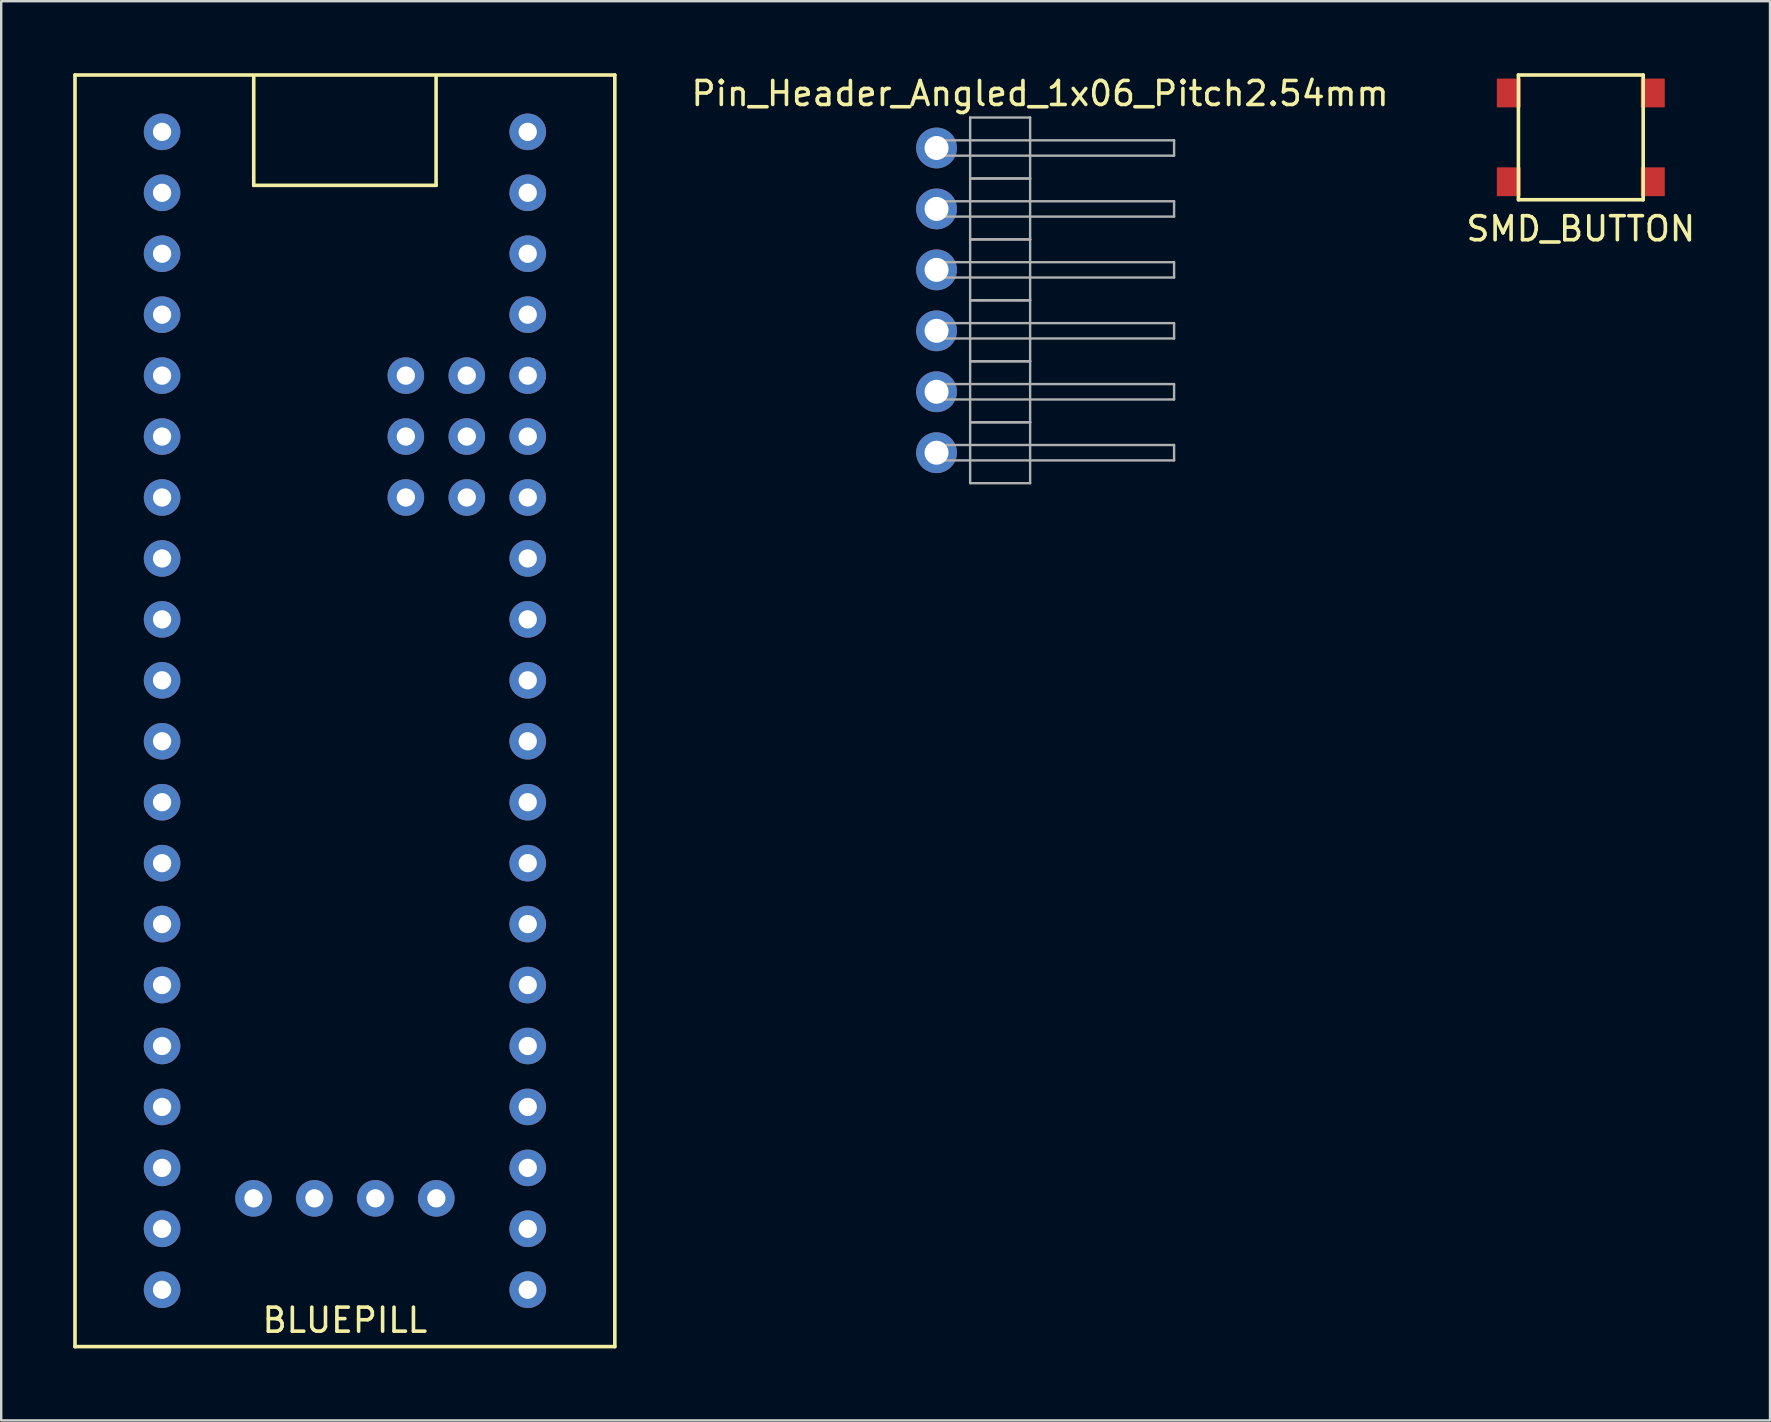
<source format=kicad_pcb>
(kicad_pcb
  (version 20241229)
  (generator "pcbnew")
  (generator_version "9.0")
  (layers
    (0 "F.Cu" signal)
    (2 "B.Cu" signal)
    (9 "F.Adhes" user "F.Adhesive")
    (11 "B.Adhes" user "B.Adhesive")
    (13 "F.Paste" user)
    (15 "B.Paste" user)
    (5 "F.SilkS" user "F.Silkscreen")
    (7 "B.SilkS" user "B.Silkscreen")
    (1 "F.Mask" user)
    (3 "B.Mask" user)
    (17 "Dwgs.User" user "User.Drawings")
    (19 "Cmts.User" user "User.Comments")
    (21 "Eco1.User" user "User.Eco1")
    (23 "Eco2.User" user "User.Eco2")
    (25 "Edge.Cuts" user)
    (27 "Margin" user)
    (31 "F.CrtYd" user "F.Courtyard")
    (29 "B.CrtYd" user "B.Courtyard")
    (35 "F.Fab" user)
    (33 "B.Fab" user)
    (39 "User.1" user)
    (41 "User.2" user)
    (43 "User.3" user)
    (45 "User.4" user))
  (footprint "SMD_BUTTON"
    (layer "F.Cu")
    (at 62.835 2.675)
    (property "Reference" "SMD_BUTTON" (at 0 3.81 0) (layer "F.SilkS") (effects (font (size 1 1) (thickness 0.15))))
    (attr through_hole)
    (fp_line (start -2.6 -2.6) (end -2.6 2.6) (stroke (width 0.15) (type solid)) (layer "F.SilkS"))
    (fp_line (start -2.6 2.6) (end 2.6 2.6) (stroke (width 0.15) (type solid)) (layer "F.SilkS"))
    (fp_line (start 2.6 -2.6) (end -2.6 -2.6) (stroke (width 0.15) (type solid)) (layer "F.SilkS"))
    (fp_line (start 2.6 2.6) (end 2.6 -2.6) (stroke (width 0.15) (type solid)) (layer "F.SilkS"))
    (pad "1" smd rect (at -3 -1.85) (size 1 1.2) (layers "F.Cu" "F.Mask" "F.Paste"))
    (pad "1" smd rect (at 3 -1.85) (size 1 1.2) (layers "F.Cu" "F.Mask" "F.Paste"))
    (pad "2" smd rect (at -3 1.85) (size 1 1.2) (layers "F.Cu" "F.Mask" "F.Paste"))
    (pad "2" smd rect (at 3 1.85) (size 1 1.2) (layers "F.Cu" "F.Mask" "F.Paste")))
  (footprint "BLUEPILL"
    (layer "F.Cu")
    (at 11.325 26.575)
    (property "Reference" "BLUEPILL" (at 0 25.4 0) (layer "F.SilkS") (effects (font (size 1 1) (thickness 0.15))))
    (attr through_hole)
    (fp_line (start -11.25 -26.5) (end 11.25 -26.5) (stroke (width 0.15) (type solid)) (layer "F.SilkS"))
    (fp_line (start -11.25 26.5) (end -11.25 -26.5) (stroke (width 0.15) (type solid)) (layer "F.SilkS"))
    (fp_line (start -3.8 -26.4) (end -3.8 -21.9) (stroke (width 0.15) (type solid)) (layer "F.SilkS"))
    (fp_line (start -3.8 -21.9) (end 3.8 -21.9) (stroke (width 0.15) (type solid)) (layer "F.SilkS"))
    (fp_line (start 3.8 -21.9) (end 3.8 -26.4) (stroke (width 0.15) (type solid)) (layer "F.SilkS"))
    (fp_line (start 11.25 -26.5) (end 11.25 26.5) (stroke (width 0.15) (type solid)) (layer "F.SilkS"))
    (fp_line (start 11.25 26.5) (end -11.25 26.5) (stroke (width 0.15) (type solid)) (layer "F.SilkS"))
    (pad "3V3" thru_hole circle (at -7.62 24.13) (size 1.524 1.524) (drill 0.762) (layers "*.Cu" "*.Mask"))
    (pad "3V3" thru_hole circle (at -3.81 20.32) (size 1.524 1.524) (drill 0.762) (layers "*.Cu" "*.Mask"))
    (pad "3V3" thru_hole circle (at 2.54 -8.89) (size 1.524 1.524) (drill 0.762) (layers "*.Cu" "*.Mask"))
    (pad "3V3" thru_hole circle (at 5.08 -8.89) (size 1.524 1.524) (drill 0.762) (layers "*.Cu" "*.Mask"))
    (pad "3V3" thru_hole circle (at 7.62 -19.05) (size 1.524 1.524) (drill 0.762) (layers "*.Cu" "*.Mask"))
    (pad "5V" thru_hole circle (at -7.62 19.05) (size 1.524 1.524) (drill 0.762) (layers "*.Cu" "*.Mask"))
    (pad "BOOT" thru_hole circle (at 5.08 -11.43) (size 1.524 1.524) (drill 0.762) (layers "*.Cu" "*.Mask"))
    (pad "G" thru_hole circle (at -7.62 21.59) (size 1.524 1.524) (drill 0.762) (layers "*.Cu" "*.Mask"))
    (pad "G" thru_hole circle (at 2.54 -13.97) (size 1.524 1.524) (drill 0.762) (layers "*.Cu" "*.Mask"))
    (pad "G" thru_hole circle (at 3.81 20.32) (size 1.524 1.524) (drill 0.762) (layers "*.Cu" "*.Mask"))
    (pad "G" thru_hole circle (at 5.08 -13.97) (size 1.524 1.524) (drill 0.762) (layers "*.Cu" "*.Mask"))
    (pad "G" thru_hole circle (at 7.62 -24.13) (size 1.524 1.524) (drill 0.762) (layers "*.Cu" "*.Mask"))
    (pad "G" thru_hole circle (at 7.62 -21.59) (size 1.524 1.524) (drill 0.762) (layers "*.Cu" "*.Mask"))
    (pad "NRST" thru_hole circle (at 7.62 -16.51) (size 1.524 1.524) (drill 0.762) (layers "*.Cu" "*.Mask"))
    (pad "PA0" thru_hole circle (at 7.62 13.97) (size 1.524 1.524) (drill 0.762) (layers "*.Cu" "*.Mask"))
    (pad "PA1" thru_hole circle (at 7.62 11.43) (size 1.524 1.524) (drill 0.762) (layers "*.Cu" "*.Mask"))
    (pad "PA2" thru_hole circle (at 7.62 8.89) (size 1.524 1.524) (drill 0.762) (layers "*.Cu" "*.Mask"))
    (pad "PA3" thru_hole circle (at 7.62 6.35) (size 1.524 1.524) (drill 0.762) (layers "*.Cu" "*.Mask"))
    (pad "PA4" thru_hole circle (at 7.62 3.81) (size 1.524 1.524) (drill 0.762) (layers "*.Cu" "*.Mask"))
    (pad "PA5" thru_hole circle (at 7.62 1.27) (size 1.524 1.524) (drill 0.762) (layers "*.Cu" "*.Mask"))
    (pad "PA6" thru_hole circle (at 7.62 -1.27) (size 1.524 1.524) (drill 0.762) (layers "*.Cu" "*.Mask"))
    (pad "PA7" thru_hole circle (at 7.62 -3.81) (size 1.524 1.524) (drill 0.762) (layers "*.Cu" "*.Mask"))
    (pad "PA8" thru_hole circle (at -7.62 -13.97) (size 1.524 1.524) (drill 0.762) (layers "*.Cu" "*.Mask"))
    (pad "PA9" thru_hole circle (at -7.62 -11.43) (size 1.524 1.524) (drill 0.762) (layers "*.Cu" "*.Mask"))
    (pad "PA10" thru_hole circle (at -7.62 -8.89) (size 1.524 1.524) (drill 0.762) (layers "*.Cu" "*.Mask"))
    (pad "PA11" thru_hole circle (at -7.62 -6.35) (size 1.524 1.524) (drill 0.762) (layers "*.Cu" "*.Mask"))
    (pad "PA12" thru_hole circle (at -7.62 -3.81) (size 1.524 1.524) (drill 0.762) (layers "*.Cu" "*.Mask"))
    (pad "PA13" thru_hole circle (at -1.27 20.32) (size 1.524 1.524) (drill 0.762) (layers "*.Cu" "*.Mask"))
    (pad "PA14" thru_hole circle (at 1.27 20.32) (size 1.524 1.524) (drill 0.762) (layers "*.Cu" "*.Mask"))
    (pad "PA15" thru_hole circle (at -7.62 -1.27) (size 1.524 1.524) (drill 0.762) (layers "*.Cu" "*.Mask"))
    (pad "PB0" thru_hole circle (at 7.62 -6.35) (size 1.524 1.524) (drill 0.762) (layers "*.Cu" "*.Mask"))
    (pad "PB1" thru_hole circle (at 7.62 -8.89) (size 1.524 1.524) (drill 0.762) (layers "*.Cu" "*.Mask"))
    (pad "PB2" thru_hole circle (at 2.54 -11.43) (size 1.524 1.524) (drill 0.762) (layers "*.Cu" "*.Mask"))
    (pad "PB3" thru_hole circle (at -7.62 1.27) (size 1.524 1.524) (drill 0.762) (layers "*.Cu" "*.Mask"))
    (pad "PB4" thru_hole circle (at -7.62 3.81) (size 1.524 1.524) (drill 0.762) (layers "*.Cu" "*.Mask"))
    (pad "PB5" thru_hole circle (at -7.62 6.35) (size 1.524 1.524) (drill 0.762) (layers "*.Cu" "*.Mask"))
    (pad "PB6" thru_hole circle (at -7.62 8.89) (size 1.524 1.524) (drill 0.762) (layers "*.Cu" "*.Mask"))
    (pad "PB7" thru_hole circle (at -7.62 11.43) (size 1.524 1.524) (drill 0.762) (layers "*.Cu" "*.Mask"))
    (pad "PB8" thru_hole circle (at -7.62 13.97) (size 1.524 1.524) (drill 0.762) (layers "*.Cu" "*.Mask"))
    (pad "PB9" thru_hole circle (at -7.62 16.51) (size 1.524 1.524) (drill 0.762) (layers "*.Cu" "*.Mask"))
    (pad "PB10" thru_hole circle (at 7.62 -11.43) (size 1.524 1.524) (drill 0.762) (layers "*.Cu" "*.Mask"))
    (pad "PB11" thru_hole circle (at 7.62 -13.97) (size 1.524 1.524) (drill 0.762) (layers "*.Cu" "*.Mask"))
    (pad "PB12" thru_hole circle (at -7.62 -24.13) (size 1.524 1.524) (drill 0.762) (layers "*.Cu" "*.Mask"))
    (pad "PB13" thru_hole circle (at -7.62 -21.59) (size 1.524 1.524) (drill 0.762) (layers "*.Cu" "*.Mask"))
    (pad "PB14" thru_hole circle (at -7.62 -19.05) (size 1.524 1.524) (drill 0.762) (layers "*.Cu" "*.Mask"))
    (pad "PB15" thru_hole circle (at -7.62 -16.51) (size 1.524 1.524) (drill 0.762) (layers "*.Cu" "*.Mask"))
    (pad "PC13" thru_hole circle (at 7.62 21.59) (size 1.524 1.524) (drill 0.762) (layers "*.Cu" "*.Mask"))
    (pad "PC14" thru_hole circle (at 7.62 19.05) (size 1.524 1.524) (drill 0.762) (layers "*.Cu" "*.Mask"))
    (pad "PC15" thru_hole circle (at 7.62 16.51) (size 1.524 1.524) (drill 0.762) (layers "*.Cu" "*.Mask"))
    (pad "VBAT" thru_hole circle (at 7.62 24.13) (size 1.524 1.524) (drill 0.762) (layers "*.Cu" "*.Mask")))
  (footprint "Pin_Header_Angled_1x06_Pitch2.54mm"
    (layer "F.Cu")
    (at 35.984 3.118)
    (property "Reference" "Pin_Header_Angled_1x06_Pitch2.54mm" (at 4.315 -2.27 0) (layer "F.SilkS") (effects (font (size 1 1) (thickness 0.15))))
    (attr through_hole)
    (fp_line (start 0 -0.32) (end 0 0.32) (stroke (width 0.1) (type solid)) (layer "F.Fab"))
    (fp_line (start 0 0.32) (end 9.9 0.32) (stroke (width 0.1) (type solid)) (layer "F.Fab"))
    (fp_line (start 0 2.22) (end 0 2.86) (stroke (width 0.1) (type solid)) (layer "F.Fab"))
    (fp_line (start 0 2.86) (end 9.9 2.86) (stroke (width 0.1) (type solid)) (layer "F.Fab"))
    (fp_line (start 0 4.76) (end 0 5.4) (stroke (width 0.1) (type solid)) (layer "F.Fab"))
    (fp_line (start 0 5.4) (end 9.9 5.4) (stroke (width 0.1) (type solid)) (layer "F.Fab"))
    (fp_line (start 0 7.3) (end 0 7.94) (stroke (width 0.1) (type solid)) (layer "F.Fab"))
    (fp_line (start 0 7.94) (end 9.9 7.94) (stroke (width 0.1) (type solid)) (layer "F.Fab"))
    (fp_line (start 0 9.84) (end 0 10.48) (stroke (width 0.1) (type solid)) (layer "F.Fab"))
    (fp_line (start 0 10.48) (end 9.9 10.48) (stroke (width 0.1) (type solid)) (layer "F.Fab"))
    (fp_line (start 0 12.38) (end 0 13.02) (stroke (width 0.1) (type solid)) (layer "F.Fab"))
    (fp_line (start 0 13.02) (end 9.9 13.02) (stroke (width 0.1) (type solid)) (layer "F.Fab"))
    (fp_line (start 1.4 -1.27) (end 1.4 1.27) (stroke (width 0.1) (type solid)) (layer "F.Fab"))
    (fp_line (start 1.4 1.27) (end 1.4 3.81) (stroke (width 0.1) (type solid)) (layer "F.Fab"))
    (fp_line (start 1.4 1.27) (end 3.9 1.27) (stroke (width 0.1) (type solid)) (layer "F.Fab"))
    (fp_line (start 1.4 3.81) (end 1.4 6.35) (stroke (width 0.1) (type solid)) (layer "F.Fab"))
    (fp_line (start 1.4 3.81) (end 3.9 3.81) (stroke (width 0.1) (type solid)) (layer "F.Fab"))
    (fp_line (start 1.4 6.35) (end 1.4 8.89) (stroke (width 0.1) (type solid)) (layer "F.Fab"))
    (fp_line (start 1.4 6.35) (end 3.9 6.35) (stroke (width 0.1) (type solid)) (layer "F.Fab"))
    (fp_line (start 1.4 8.89) (end 1.4 11.43) (stroke (width 0.1) (type solid)) (layer "F.Fab"))
    (fp_line (start 1.4 8.89) (end 3.9 8.89) (stroke (width 0.1) (type solid)) (layer "F.Fab"))
    (fp_line (start 1.4 11.43) (end 1.4 13.97) (stroke (width 0.1) (type solid)) (layer "F.Fab"))
    (fp_line (start 1.4 11.43) (end 3.9 11.43) (stroke (width 0.1) (type solid)) (layer "F.Fab"))
    (fp_line (start 1.4 13.97) (end 3.9 13.97) (stroke (width 0.1) (type solid)) (layer "F.Fab"))
    (fp_line (start 3.9 -1.27) (end 1.4 -1.27) (stroke (width 0.1) (type solid)) (layer "F.Fab"))
    (fp_line (start 3.9 1.27) (end 1.4 1.27) (stroke (width 0.1) (type solid)) (layer "F.Fab"))
    (fp_line (start 3.9 1.27) (end 3.9 -1.27) (stroke (width 0.1) (type solid)) (layer "F.Fab"))
    (fp_line (start 3.9 3.81) (end 1.4 3.81) (stroke (width 0.1) (type solid)) (layer "F.Fab"))
    (fp_line (start 3.9 3.81) (end 3.9 1.27) (stroke (width 0.1) (type solid)) (layer "F.Fab"))
    (fp_line (start 3.9 6.35) (end 1.4 6.35) (stroke (width 0.1) (type solid)) (layer "F.Fab"))
    (fp_line (start 3.9 6.35) (end 3.9 3.81) (stroke (width 0.1) (type solid)) (layer "F.Fab"))
    (fp_line (start 3.9 8.89) (end 1.4 8.89) (stroke (width 0.1) (type solid)) (layer "F.Fab"))
    (fp_line (start 3.9 8.89) (end 3.9 6.35) (stroke (width 0.1) (type solid)) (layer "F.Fab"))
    (fp_line (start 3.9 11.43) (end 1.4 11.43) (stroke (width 0.1) (type solid)) (layer "F.Fab"))
    (fp_line (start 3.9 11.43) (end 3.9 8.89) (stroke (width 0.1) (type solid)) (layer "F.Fab"))
    (fp_line (start 3.9 13.97) (end 3.9 11.43) (stroke (width 0.1) (type solid)) (layer "F.Fab"))
    (fp_line (start 9.9 -0.32) (end 0 -0.32) (stroke (width 0.1) (type solid)) (layer "F.Fab"))
    (fp_line (start 9.9 0.32) (end 9.9 -0.32) (stroke (width 0.1) (type solid)) (layer "F.Fab"))
    (fp_line (start 9.9 2.22) (end 0 2.22) (stroke (width 0.1) (type solid)) (layer "F.Fab"))
    (fp_line (start 9.9 2.86) (end 9.9 2.22) (stroke (width 0.1) (type solid)) (layer "F.Fab"))
    (fp_line (start 9.9 4.76) (end 0 4.76) (stroke (width 0.1) (type solid)) (layer "F.Fab"))
    (fp_line (start 9.9 5.4) (end 9.9 4.76) (stroke (width 0.1) (type solid)) (layer "F.Fab"))
    (fp_line (start 9.9 7.3) (end 0 7.3) (stroke (width 0.1) (type solid)) (layer "F.Fab"))
    (fp_line (start 9.9 7.94) (end 9.9 7.3) (stroke (width 0.1) (type solid)) (layer "F.Fab"))
    (fp_line (start 9.9 9.84) (end 0 9.84) (stroke (width 0.1) (type solid)) (layer "F.Fab"))
    (fp_line (start 9.9 10.48) (end 9.9 9.84) (stroke (width 0.1) (type solid)) (layer "F.Fab"))
    (fp_line (start 9.9 12.38) (end 0 12.38) (stroke (width 0.1) (type solid)) (layer "F.Fab"))
    (fp_line (start 9.9 13.02) (end 9.9 12.38) (stroke (width 0.1) (type solid)) (layer "F.Fab"))
    (pad "1" thru_hole circle (at 0 0) (size 1.7 1.7) (drill 1) (layers "*.Cu" "*.Mask"))
    (pad "2" thru_hole oval (at 0 2.54) (size 1.7 1.7) (drill 1) (layers "*.Cu" "*.Mask"))
    (pad "3" thru_hole oval (at 0 5.08) (size 1.7 1.7) (drill 1) (layers "*.Cu" "*.Mask"))
    (pad "4" thru_hole oval (at 0 7.62) (size 1.7 1.7) (drill 1) (layers "*.Cu" "*.Mask"))
    (pad "5" thru_hole oval (at 0 10.16) (size 1.7 1.7) (drill 1) (layers "*.Cu" "*.Mask"))
    (pad "6" thru_hole oval (at 0 12.7) (size 1.7 1.7) (drill 1) (layers "*.Cu" "*.Mask")))
  (gr_rect
    (start -3 -3)
    (end 70.721 56.15)
    (stroke (width 0.1) (type default))
    (fill no)
    (layer "Edge.Cuts")))
</source>
